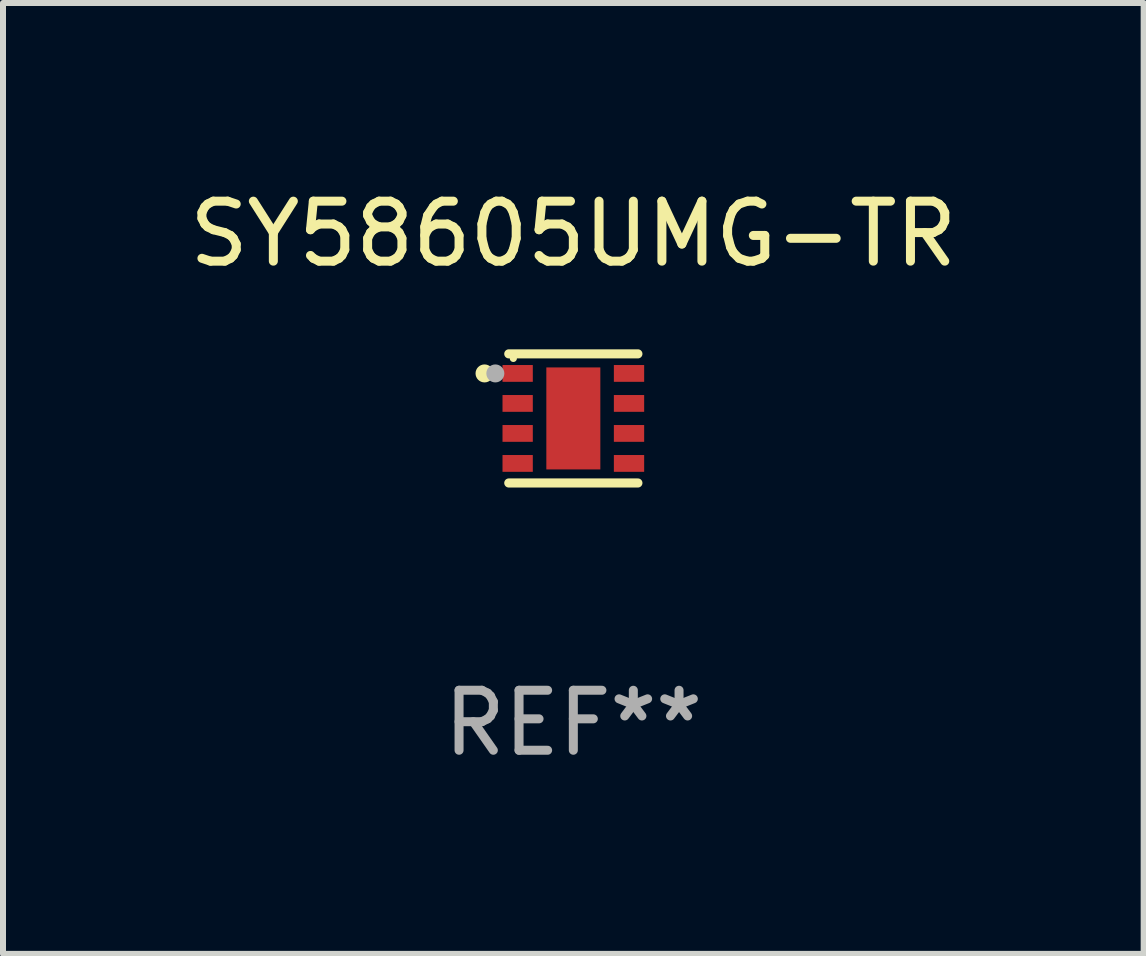
<source format=kicad_pcb>
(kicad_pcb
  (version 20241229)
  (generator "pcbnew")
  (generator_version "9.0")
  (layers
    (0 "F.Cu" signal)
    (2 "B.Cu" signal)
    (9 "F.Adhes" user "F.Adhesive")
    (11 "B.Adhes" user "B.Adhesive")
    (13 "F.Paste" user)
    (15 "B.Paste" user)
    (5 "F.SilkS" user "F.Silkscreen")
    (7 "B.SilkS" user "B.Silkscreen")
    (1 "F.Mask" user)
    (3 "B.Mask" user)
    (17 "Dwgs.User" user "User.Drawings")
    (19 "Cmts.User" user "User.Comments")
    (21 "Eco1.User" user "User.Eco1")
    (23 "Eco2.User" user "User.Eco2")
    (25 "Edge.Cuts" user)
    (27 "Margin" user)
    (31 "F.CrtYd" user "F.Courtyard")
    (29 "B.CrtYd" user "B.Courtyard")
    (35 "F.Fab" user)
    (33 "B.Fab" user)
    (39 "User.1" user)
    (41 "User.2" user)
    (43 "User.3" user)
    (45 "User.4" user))
  (footprint "SY58605UMG-TR"
    (layer "F.Cu")
    (at 6.506 3.924)
    (property "Reference" "SY58605UMG-TR" (at 0 -3.076 0) (layer "F.SilkS") (effects (font (size 1 1) (thickness 0.15))))
    (attr through_hole)
    (fp_line (start -1.076 -1.076) (end 1.076 -1.076) (stroke (width 0.152) (type solid)) (layer "F.SilkS"))
    (fp_line (start -1.076 1.076) (end 1.076 1.076) (stroke (width 0.152) (type solid)) (layer "F.SilkS"))
    (fp_circle (center -1.48 -0.75) (end -1.405 -0.75) (stroke (width 0.15) (type solid)) (fill no) (layer "F.SilkS"))
    (fp_circle (center -1 -1) (end -0.97 -1) (stroke (width 0.06) (type solid)) (fill no) (layer "F.SilkS"))
    (fp_circle (center -1.3 -0.75) (end -1.225 -0.75) (stroke (width 0.15) (type solid)) (fill no) (layer "F.Fab"))
    (fp_text user "REF**" (at 0 5.076 0) (layer "F.Fab") (effects (font (size 1 1) (thickness 0.15))))
    (pad "1" smd rect (at -0.928 -0.75) (size 0.505 0.28) (layers "F.Cu" "F.Mask" "F.Paste"))
    (pad "2" smd rect (at -0.928 -0.25) (size 0.505 0.28) (layers "F.Cu" "F.Mask" "F.Paste"))
    (pad "3" smd rect (at -0.928 0.25) (size 0.505 0.28) (layers "F.Cu" "F.Mask" "F.Paste"))
    (pad "4" smd rect (at -0.928 0.75) (size 0.505 0.28) (layers "F.Cu" "F.Mask" "F.Paste"))
    (pad "5" smd rect (at 0.928 0.75) (size 0.505 0.28) (layers "F.Cu" "F.Mask" "F.Paste"))
    (pad "6" smd rect (at 0.928 0.25) (size 0.505 0.28) (layers "F.Cu" "F.Mask" "F.Paste"))
    (pad "7" smd rect (at 0.928 -0.25) (size 0.505 0.28) (layers "F.Cu" "F.Mask" "F.Paste"))
    (pad "8" smd rect (at 0.928 -0.75) (size 0.505 0.28) (layers "F.Cu" "F.Mask" "F.Paste"))
    (pad "9" smd rect (at 0 0) (size 0.9 1.7) (layers "F.Cu" "F.Mask" "F.Paste")))
  (gr_rect
    (start -3 -3)
    (end 16.012 12.849)
    (stroke (width 0.1) (type default))
    (fill no)
    (layer "Edge.Cuts")))
</source>
